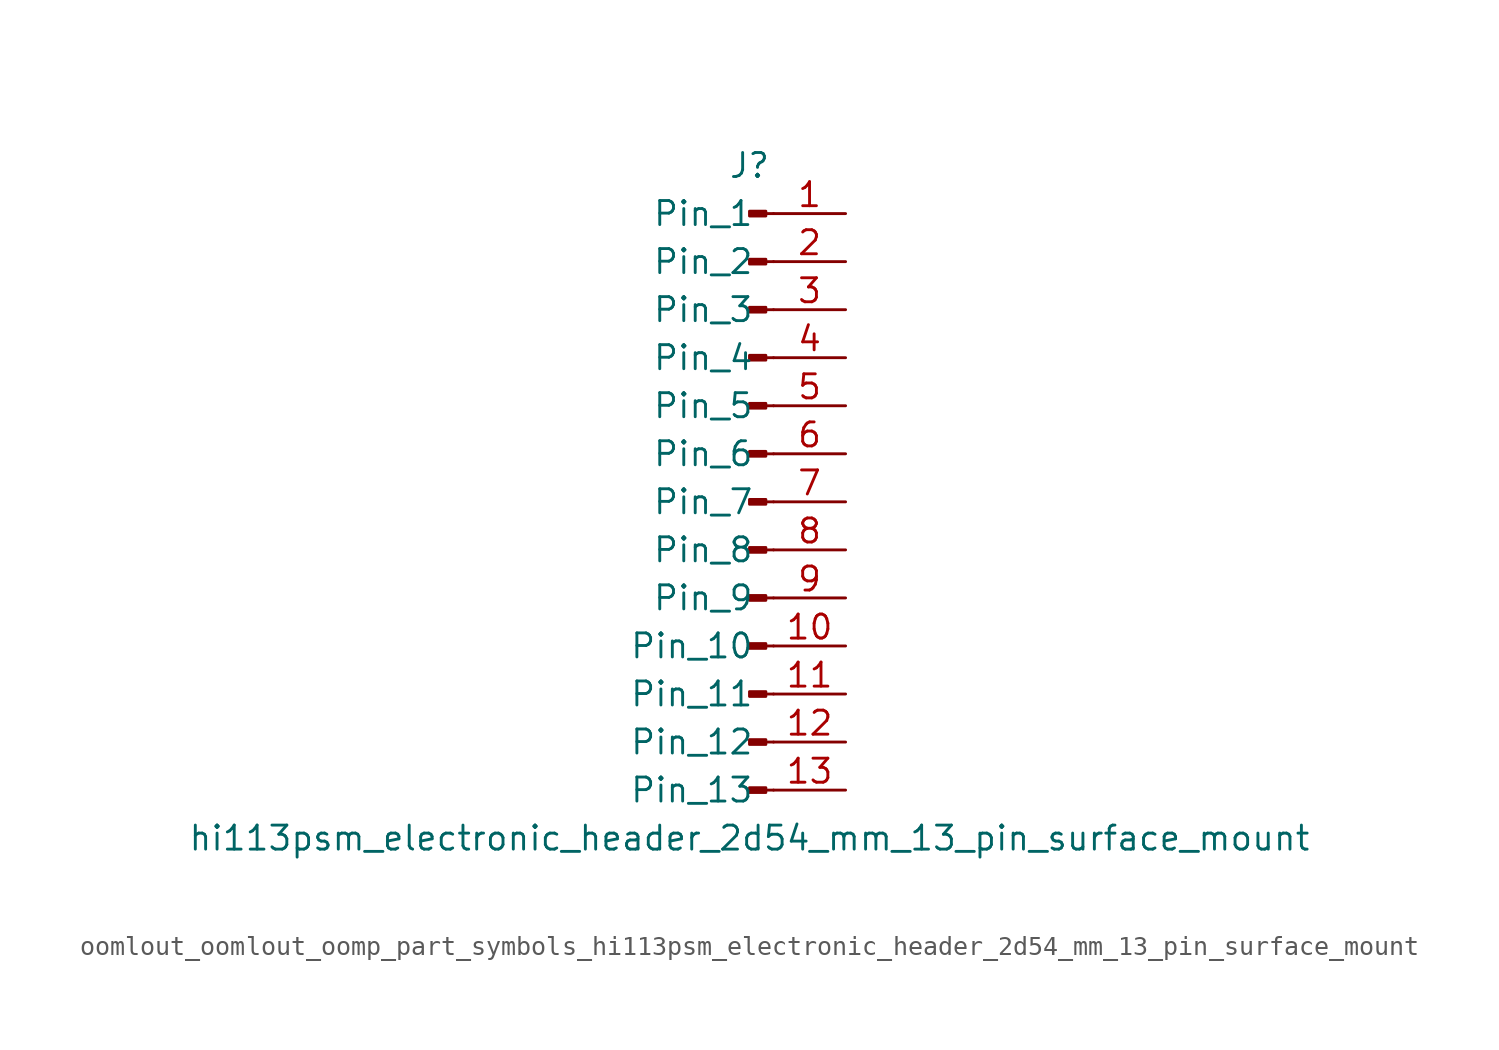
<source format=kicad_sym>
(kicad_symbol_lib
  (version 20220914)
  (generator kicad_symbol_editor)
  (symbol "oomlout_oomlout_oomp_part_symbols_hi113psm_electronic_header_2d54_mm_13_pin_surface_mount"
    (pin_names
      (offset 1.016))
    (property "Reference" "J"
      (at 0 17.78 0)
      (effects (font (size 1.27 1.27))))
    (property "Value" "hi113psm_electronic_header_2d54_mm_13_pin_surface_mount"
      (at 0 -17.78 0)
      (effects (font (size 1.27 1.27))))
    (property "ki_locked" ""
      (at 0 0 0)
      (effects (font (size 1.27 1.27))))
    (symbol "oomlout_oomlout_oomp_part_symbols_hi113psm_electronic_header_2d54_mm_13_pin_surface_mount_1_1"
      (polyline (pts (xy 1.27 -15.24) (xy 0.864 -15.24)) (stroke (width 0.152) (type default)) (fill (type none)))
      (polyline (pts (xy 1.27 -12.7) (xy 0.864 -12.7)) (stroke (width 0.152) (type default)) (fill (type none)))
      (polyline (pts (xy 1.27 -10.16) (xy 0.864 -10.16)) (stroke (width 0.152) (type default)) (fill (type none)))
      (polyline (pts (xy 1.27 -7.62) (xy 0.864 -7.62)) (stroke (width 0.152) (type default)) (fill (type none)))
      (polyline (pts (xy 1.27 -5.08) (xy 0.864 -5.08)) (stroke (width 0.152) (type default)) (fill (type none)))
      (polyline (pts (xy 1.27 -2.54) (xy 0.864 -2.54)) (stroke (width 0.152) (type default)) (fill (type none)))
      (polyline (pts (xy 1.27 0) (xy 0.864 0)) (stroke (width 0.152) (type default)) (fill (type none)))
      (polyline (pts (xy 1.27 2.54) (xy 0.864 2.54)) (stroke (width 0.152) (type default)) (fill (type none)))
      (polyline (pts (xy 1.27 5.08) (xy 0.864 5.08)) (stroke (width 0.152) (type default)) (fill (type none)))
      (polyline (pts (xy 1.27 7.62) (xy 0.864 7.62)) (stroke (width 0.152) (type default)) (fill (type none)))
      (polyline (pts (xy 1.27 10.16) (xy 0.864 10.16)) (stroke (width 0.152) (type default)) (fill (type none)))
      (polyline (pts (xy 1.27 12.7) (xy 0.864 12.7)) (stroke (width 0.152) (type default)) (fill (type none)))
      (polyline (pts (xy 1.27 15.24) (xy 0.864 15.24)) (stroke (width 0.152) (type default)) (fill (type none)))
      (rectangle (start 0.864 -15.113) (end 0 -15.367) (stroke (width 0.152) (type default)) (fill (type outline)))
      (rectangle (start 0.864 -12.573) (end 0 -12.827) (stroke (width 0.152) (type default)) (fill (type outline)))
      (rectangle (start 0.864 -10.033) (end 0 -10.287) (stroke (width 0.152) (type default)) (fill (type outline)))
      (rectangle (start 0.864 -7.493) (end 0 -7.747) (stroke (width 0.152) (type default)) (fill (type outline)))
      (rectangle (start 0.864 -4.953) (end 0 -5.207) (stroke (width 0.152) (type default)) (fill (type outline)))
      (rectangle (start 0.864 -2.413) (end 0 -2.667) (stroke (width 0.152) (type default)) (fill (type outline)))
      (rectangle (start 0.864 0.127) (end 0 -0.127) (stroke (width 0.152) (type default)) (fill (type outline)))
      (rectangle (start 0.864 2.667) (end 0 2.413) (stroke (width 0.152) (type default)) (fill (type outline)))
      (rectangle (start 0.864 5.207) (end 0 4.953) (stroke (width 0.152) (type default)) (fill (type outline)))
      (rectangle (start 0.864 7.747) (end 0 7.493) (stroke (width 0.152) (type default)) (fill (type outline)))
      (rectangle (start 0.864 10.287) (end 0 10.033) (stroke (width 0.152) (type default)) (fill (type outline)))
      (rectangle (start 0.864 12.827) (end 0 12.573) (stroke (width 0.152) (type default)) (fill (type outline)))
      (rectangle (start 0.864 15.367) (end 0 15.113) (stroke (width 0.152) (type default)) (fill (type outline)))
      (pin passive line (at 5.08 15.24 180) (length 3.81) (name "Pin_1" (effects (font (size 1.27 1.27)))) (number "1" (effects (font (size 1.27 1.27)))))
      (pin passive line (at 5.08 -7.62 180) (length 3.81) (name "Pin_10" (effects (font (size 1.27 1.27)))) (number "10" (effects (font (size 1.27 1.27)))))
      (pin passive line (at 5.08 -10.16 180) (length 3.81) (name "Pin_11" (effects (font (size 1.27 1.27)))) (number "11" (effects (font (size 1.27 1.27)))))
      (pin passive line (at 5.08 -12.7 180) (length 3.81) (name "Pin_12" (effects (font (size 1.27 1.27)))) (number "12" (effects (font (size 1.27 1.27)))))
      (pin passive line (at 5.08 -15.24 180) (length 3.81) (name "Pin_13" (effects (font (size 1.27 1.27)))) (number "13" (effects (font (size 1.27 1.27)))))
      (pin passive line (at 5.08 12.7 180) (length 3.81) (name "Pin_2" (effects (font (size 1.27 1.27)))) (number "2" (effects (font (size 1.27 1.27)))))
      (pin passive line (at 5.08 10.16 180) (length 3.81) (name "Pin_3" (effects (font (size 1.27 1.27)))) (number "3" (effects (font (size 1.27 1.27)))))
      (pin passive line (at 5.08 7.62 180) (length 3.81) (name "Pin_4" (effects (font (size 1.27 1.27)))) (number "4" (effects (font (size 1.27 1.27)))))
      (pin passive line (at 5.08 5.08 180) (length 3.81) (name "Pin_5" (effects (font (size 1.27 1.27)))) (number "5" (effects (font (size 1.27 1.27)))))
      (pin passive line (at 5.08 2.54 180) (length 3.81) (name "Pin_6" (effects (font (size 1.27 1.27)))) (number "6" (effects (font (size 1.27 1.27)))))
      (pin passive line (at 5.08 0 180) (length 3.81) (name "Pin_7" (effects (font (size 1.27 1.27)))) (number "7" (effects (font (size 1.27 1.27)))))
      (pin passive line (at 5.08 -2.54 180) (length 3.81) (name "Pin_8" (effects (font (size 1.27 1.27)))) (number "8" (effects (font (size 1.27 1.27)))))
      (pin passive line (at 5.08 -5.08 180) (length 3.81) (name "Pin_9" (effects (font (size 1.27 1.27)))) (number "9" (effects (font (size 1.27 1.27))))))))
</source>
